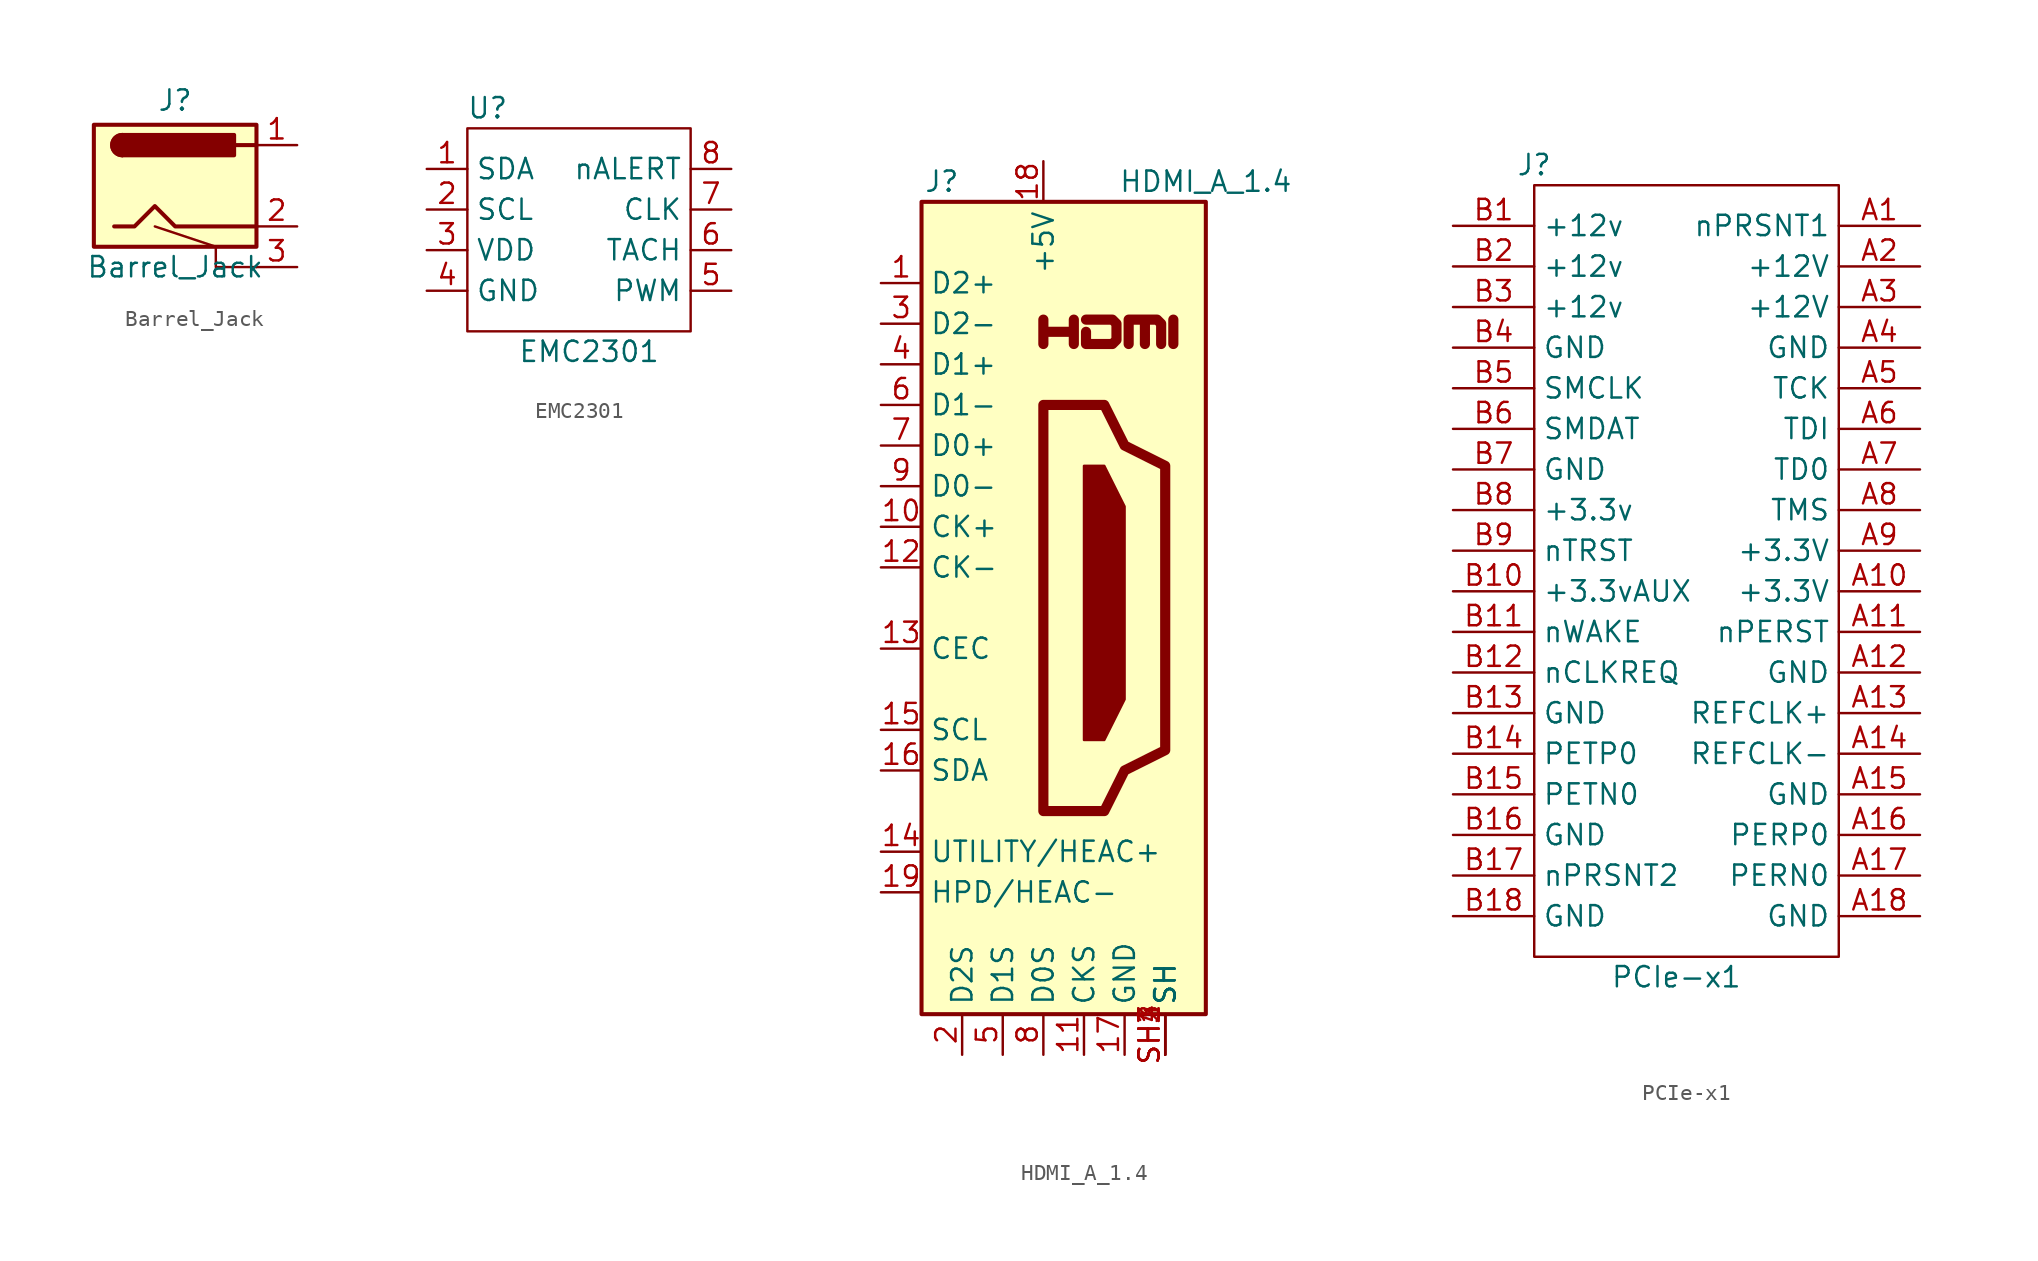
<source format=kicad_sym>
(kicad_symbol_lib
  (version 20210619)
  (generator kicad_symbol_editor)
  (symbol "CM4IO:Barrel_Jack"
    (property "Reference" "J"
      (at 0 5.334 0)
      (effects (font (size 1.27 1.27))))
    (property "Value" "Barrel_Jack"
      (at 0 -5.08 0)
      (effects (font (size 1.27 1.27))))
    (symbol "Barrel_Jack_0_1"
      (arc (start -3.302 3.175) (end -3.302 1.905) (radius (at -3.302 2.54) (length 0.635) (angles 90.1 -90.1)) (stroke (width 0.254)) (fill (type none)))
      (arc (start -3.302 3.175) (end -3.302 1.905) (radius (at -3.302 2.54) (length 0.635) (angles 90.1 -90.1)) (stroke (width 0.254)) (fill (type outline)))
      (rectangle (start 3.683 3.175) (end -3.302 1.905) (stroke (width 0.254)) (fill (type outline)))
      (rectangle (start -5.08 3.81) (end 5.08 -3.81) (stroke (width 0.254)) (fill (type background)))
      (polyline (pts (xy 5.08 2.54) (xy 3.81 2.54)) (stroke (width 0.254)) (fill (type none)))
      (polyline (pts (xy 5.08 -5.08) (xy 2.54 -5.08) (xy 2.54 -3.81) (xy -1.27 -2.54)) (stroke (width 0)) (fill (type none)))
      (polyline (pts (xy -3.81 -2.54) (xy -2.54 -2.54) (xy -1.27 -1.27) (xy 0 -2.54) (xy 2.54 -2.54) (xy 5.08 -2.54)) (stroke (width 0.254)) (fill (type none))))
    (symbol "Barrel_Jack_1_1"
      (pin passive line (at 7.62 2.54 180) (length 2.54) (name "~" (effects (font (size 1.27 1.27)))) (number "1" (effects (font (size 1.27 1.27)))))
      (pin passive line (at 7.62 -2.54 180) (length 2.54) (name "~" (effects (font (size 1.27 1.27)))) (number "2" (effects (font (size 1.27 1.27)))))
      (pin passive line (at 7.62 -5.08 180) (length 2.54) (name "~" (effects (font (size 1.27 1.27)))) (number "3" (effects (font (size 1.27 1.27)))))))
  (symbol "CM4IO:EMC2301"
    (property "Reference" "U"
      (at -7.62 13.97 0)
      (effects (font (size 1.27 1.27))))
    (property "Value" "EMC2301"
      (at -1.27 -1.27 0)
      (effects (font (size 1.27 1.27))))
    (symbol "EMC2301_0_0"
      (pin open_collector line (at -11.43 10.16 0) (length 2.54) (name "SDA" (effects (font (size 1.27 1.27)))) (number "1" (effects (font (size 1.27 1.27)))))
      (pin open_collector line (at -11.43 7.62 0) (length 2.54) (name "SCL" (effects (font (size 1.27 1.27)))) (number "2" (effects (font (size 1.27 1.27)))))
      (pin power_in line (at -11.43 5.08 0) (length 2.54) (name "VDD" (effects (font (size 1.27 1.27)))) (number "3" (effects (font (size 1.27 1.27)))))
      (pin power_in line (at -11.43 2.54 0) (length 2.54) (name "GND" (effects (font (size 1.27 1.27)))) (number "4" (effects (font (size 1.27 1.27)))))
      (pin output line (at 7.62 2.54 180) (length 2.54) (name "PWM" (effects (font (size 1.27 1.27)))) (number "5" (effects (font (size 1.27 1.27)))))
      (pin input line (at 7.62 5.08 180) (length 2.54) (name "TACH" (effects (font (size 1.27 1.27)))) (number "6" (effects (font (size 1.27 1.27)))))
      (pin input line (at 7.62 7.62 180) (length 2.54) (name "CLK" (effects (font (size 1.27 1.27)))) (number "7" (effects (font (size 1.27 1.27)))))
      (pin open_collector line (at 7.62 10.16 180) (length 2.54) (name "nALERT" (effects (font (size 1.27 1.27)))) (number "8" (effects (font (size 1.27 1.27))))))
    (symbol "EMC2301_0_1"
      (rectangle (start -8.89 12.7) (end 5.08 0) (stroke (width 0)) (fill (type none)))))
  (symbol "CM4IO:HDMI_A_1.4"
    (property "Reference" "J"
      (at -6.35 26.67 0)
      (effects (font (size 1.27 1.27))))
    (property "Value" "HDMI_A_1.4"
      (at 10.16 26.67 0)
      (effects (font (size 1.27 1.27))))
    (symbol "HDMI_A_1.4_0_0"
      (polyline (pts (xy 8.128 16.51) (xy 8.128 18.034)) (stroke (width 0.635)) (fill (type none)))
      (polyline (pts (xy 0 16.51) (xy 0 18.034) (xy 0 17.272) (xy 1.905 17.272) (xy 1.905 18.034) (xy 1.905 16.51)) (stroke (width 0.635)) (fill (type none)))
      (polyline (pts (xy 2.667 18.034) (xy 4.318 18.034) (xy 4.572 17.78) (xy 4.572 16.764) (xy 4.318 16.51) (xy 2.667 16.51) (xy 2.667 17.272)) (stroke (width 0.635)) (fill (type none)))
      (pin passive line (at 7.62 -27.94 90) (length 2.54) (name "SH" (effects (font (size 1.27 1.27)))) (number "SH2" (effects (font (size 1.27 1.27)))))
      (pin passive line (at 7.62 -27.94 90) (length 2.54) (name "SH" (effects (font (size 1.27 1.27)))) (number "SH3" (effects (font (size 1.27 1.27)))))
      (pin passive line (at 7.62 -27.94 90) (length 2.54) (name "SH" (effects (font (size 1.27 1.27)))) (number "SH4" (effects (font (size 1.27 1.27))))))
    (symbol "HDMI_A_1.4_0_1"
      (rectangle (start -7.62 25.4) (end 10.16 -25.4) (stroke (width 0.254)) (fill (type background)))
      (polyline (pts (xy 5.334 16.51) (xy 5.334 18.034) (xy 6.35 18.034) (xy 6.35 16.51) (xy 6.35 18.034) (xy 7.112 18.034) (xy 7.366 17.78) (xy 7.366 16.51)) (stroke (width 0.635)) (fill (type none)))
      (polyline (pts (xy 0 12.7) (xy 0 -12.7) (xy 3.81 -12.7) (xy 5.08 -10.16) (xy 7.62 -8.89) (xy 7.62 8.89) (xy 5.08 10.16) (xy 3.81 12.7) (xy 0 12.7)) (stroke (width 0.635)) (fill (type none)))
      (polyline (pts (xy 2.54 8.89) (xy 3.81 8.89) (xy 5.08 6.35) (xy 5.08 -5.715) (xy 3.81 -8.255) (xy 2.54 -8.255) (xy 2.54 8.89)) (stroke (width 0)) (fill (type outline))))
    (symbol "HDMI_A_1.4_1_1"
      (pin passive line (at -10.16 20.32 0) (length 2.54) (name "D2+" (effects (font (size 1.27 1.27)))) (number "1" (effects (font (size 1.27 1.27)))))
      (pin passive line (at -10.16 5.08 0) (length 2.54) (name "CK+" (effects (font (size 1.27 1.27)))) (number "10" (effects (font (size 1.27 1.27)))))
      (pin power_in line (at 2.54 -27.94 90) (length 2.54) (name "CKS" (effects (font (size 1.27 1.27)))) (number "11" (effects (font (size 1.27 1.27)))))
      (pin passive line (at -10.16 2.54 0) (length 2.54) (name "CK-" (effects (font (size 1.27 1.27)))) (number "12" (effects (font (size 1.27 1.27)))))
      (pin bidirectional line (at -10.16 -2.54 0) (length 2.54) (name "CEC" (effects (font (size 1.27 1.27)))) (number "13" (effects (font (size 1.27 1.27)))))
      (pin passive line (at -10.16 -15.24 0) (length 2.54) (name "UTILITY/HEAC+" (effects (font (size 1.27 1.27)))) (number "14" (effects (font (size 1.27 1.27)))))
      (pin passive line (at -10.16 -7.62 0) (length 2.54) (name "SCL" (effects (font (size 1.27 1.27)))) (number "15" (effects (font (size 1.27 1.27)))))
      (pin bidirectional line (at -10.16 -10.16 0) (length 2.54) (name "SDA" (effects (font (size 1.27 1.27)))) (number "16" (effects (font (size 1.27 1.27)))))
      (pin power_in line (at 5.08 -27.94 90) (length 2.54) (name "GND" (effects (font (size 1.27 1.27)))) (number "17" (effects (font (size 1.27 1.27)))))
      (pin power_in line (at 0 27.94 270) (length 2.54) (name "+5V" (effects (font (size 1.27 1.27)))) (number "18" (effects (font (size 1.27 1.27)))))
      (pin passive line (at -10.16 -17.78 0) (length 2.54) (name "HPD/HEAC-" (effects (font (size 1.27 1.27)))) (number "19" (effects (font (size 1.27 1.27)))))
      (pin power_in line (at -5.08 -27.94 90) (length 2.54) (name "D2S" (effects (font (size 1.27 1.27)))) (number "2" (effects (font (size 1.27 1.27)))))
      (pin passive line (at -10.16 17.78 0) (length 2.54) (name "D2-" (effects (font (size 1.27 1.27)))) (number "3" (effects (font (size 1.27 1.27)))))
      (pin passive line (at -10.16 15.24 0) (length 2.54) (name "D1+" (effects (font (size 1.27 1.27)))) (number "4" (effects (font (size 1.27 1.27)))))
      (pin power_in line (at -2.54 -27.94 90) (length 2.54) (name "D1S" (effects (font (size 1.27 1.27)))) (number "5" (effects (font (size 1.27 1.27)))))
      (pin passive line (at -10.16 12.7 0) (length 2.54) (name "D1-" (effects (font (size 1.27 1.27)))) (number "6" (effects (font (size 1.27 1.27)))))
      (pin passive line (at -10.16 10.16 0) (length 2.54) (name "D0+" (effects (font (size 1.27 1.27)))) (number "7" (effects (font (size 1.27 1.27)))))
      (pin power_in line (at 0 -27.94 90) (length 2.54) (name "D0S" (effects (font (size 1.27 1.27)))) (number "8" (effects (font (size 1.27 1.27)))))
      (pin passive line (at -10.16 7.62 0) (length 2.54) (name "D0-" (effects (font (size 1.27 1.27)))) (number "9" (effects (font (size 1.27 1.27)))))
      (pin passive line (at 7.62 -27.94 90) (length 2.54) (name "SH" (effects (font (size 1.27 1.27)))) (number "SH1" (effects (font (size 1.27 1.27)))))))
  (symbol "CM4IO:PCIe-x1"
    (property "Reference" "J"
      (at -13.97 36.83 0)
      (effects (font (size 1.27 1.27))))
    (property "Value" "PCIe-x1"
      (at -5.08 -13.97 0)
      (effects (font (size 1.27 1.27))))
    (symbol "PCIe-x1_0_0"
      (pin passive line (at 10.16 33.02 180) (length 5.08) (name "nPRSNT1" (effects (font (size 1.27 1.27)))) (number "A1" (effects (font (size 1.27 1.27)))))
      (pin power_in line (at 10.16 10.16 180) (length 5.08) (name "+3.3V" (effects (font (size 1.27 1.27)))) (number "A10" (effects (font (size 1.27 1.27)))))
      (pin input line (at 10.16 7.62 180) (length 5.08) (name "nPERST" (effects (font (size 1.27 1.27)))) (number "A11" (effects (font (size 1.27 1.27)))))
      (pin power_in line (at 10.16 5.08 180) (length 5.08) (name "GND" (effects (font (size 1.27 1.27)))) (number "A12" (effects (font (size 1.27 1.27)))))
      (pin input line (at 10.16 2.54 180) (length 5.08) (name "REFCLK+" (effects (font (size 1.27 1.27)))) (number "A13" (effects (font (size 1.27 1.27)))))
      (pin input line (at 10.16 0 180) (length 5.08) (name "REFCLK-" (effects (font (size 1.27 1.27)))) (number "A14" (effects (font (size 1.27 1.27)))))
      (pin power_in line (at 10.16 -2.54 180) (length 5.08) (name "GND" (effects (font (size 1.27 1.27)))) (number "A15" (effects (font (size 1.27 1.27)))))
      (pin output line (at 10.16 -5.08 180) (length 5.08) (name "PERP0" (effects (font (size 1.27 1.27)))) (number "A16" (effects (font (size 1.27 1.27)))))
      (pin output line (at 10.16 -7.62 180) (length 5.08) (name "PERN0" (effects (font (size 1.27 1.27)))) (number "A17" (effects (font (size 1.27 1.27)))))
      (pin power_in line (at 10.16 -10.16 180) (length 5.08) (name "GND" (effects (font (size 1.27 1.27)))) (number "A18" (effects (font (size 1.27 1.27)))))
      (pin power_in line (at 10.16 30.48 180) (length 5.08) (name "+12V" (effects (font (size 1.27 1.27)))) (number "A2" (effects (font (size 1.27 1.27)))))
      (pin power_in line (at 10.16 27.94 180) (length 5.08) (name "+12V" (effects (font (size 1.27 1.27)))) (number "A3" (effects (font (size 1.27 1.27)))))
      (pin power_in line (at 10.16 25.4 180) (length 5.08) (name "GND" (effects (font (size 1.27 1.27)))) (number "A4" (effects (font (size 1.27 1.27)))))
      (pin input line (at 10.16 22.86 180) (length 5.08) (name "TCK" (effects (font (size 1.27 1.27)))) (number "A5" (effects (font (size 1.27 1.27)))))
      (pin input line (at 10.16 20.32 180) (length 5.08) (name "TDI" (effects (font (size 1.27 1.27)))) (number "A6" (effects (font (size 1.27 1.27)))))
      (pin output line (at 10.16 17.78 180) (length 5.08) (name "TD0" (effects (font (size 1.27 1.27)))) (number "A7" (effects (font (size 1.27 1.27)))))
      (pin input line (at 10.16 15.24 180) (length 5.08) (name "TMS" (effects (font (size 1.27 1.27)))) (number "A8" (effects (font (size 1.27 1.27)))))
      (pin power_in line (at 10.16 12.7 180) (length 5.08) (name "+3.3V" (effects (font (size 1.27 1.27)))) (number "A9" (effects (font (size 1.27 1.27)))))
      (pin power_in line (at -19.05 33.02 0) (length 5.08) (name "+12v" (effects (font (size 1.27 1.27)))) (number "B1" (effects (font (size 1.27 1.27)))))
      (pin power_in line (at -19.05 10.16 0) (length 5.08) (name "+3.3vAUX" (effects (font (size 1.27 1.27)))) (number "B10" (effects (font (size 1.27 1.27)))))
      (pin open_collector line (at -19.05 7.62 0) (length 5.08) (name "nWAKE" (effects (font (size 1.27 1.27)))) (number "B11" (effects (font (size 1.27 1.27)))))
      (pin open_collector line (at -19.05 5.08 0) (length 5.08) (name "nCLKREQ" (effects (font (size 1.27 1.27)))) (number "B12" (effects (font (size 1.27 1.27)))))
      (pin power_in line (at -19.05 2.54 0) (length 5.08) (name "GND" (effects (font (size 1.27 1.27)))) (number "B13" (effects (font (size 1.27 1.27)))))
      (pin input line (at -19.05 0 0) (length 5.08) (name "PETP0" (effects (font (size 1.27 1.27)))) (number "B14" (effects (font (size 1.27 1.27)))))
      (pin input line (at -19.05 -2.54 0) (length 5.08) (name "PETN0" (effects (font (size 1.27 1.27)))) (number "B15" (effects (font (size 1.27 1.27)))))
      (pin power_in line (at -19.05 -5.08 0) (length 5.08) (name "GND" (effects (font (size 1.27 1.27)))) (number "B16" (effects (font (size 1.27 1.27)))))
      (pin passive line (at -19.05 -7.62 0) (length 5.08) (name "nPRSNT2" (effects (font (size 1.27 1.27)))) (number "B17" (effects (font (size 1.27 1.27)))))
      (pin power_in line (at -19.05 -10.16 0) (length 5.08) (name "GND" (effects (font (size 1.27 1.27)))) (number "B18" (effects (font (size 1.27 1.27)))))
      (pin power_in line (at -19.05 30.48 0) (length 5.08) (name "+12v" (effects (font (size 1.27 1.27)))) (number "B2" (effects (font (size 1.27 1.27)))))
      (pin power_in line (at -19.05 27.94 0) (length 5.08) (name "+12v" (effects (font (size 1.27 1.27)))) (number "B3" (effects (font (size 1.27 1.27)))))
      (pin power_in line (at -19.05 25.4 0) (length 5.08) (name "GND" (effects (font (size 1.27 1.27)))) (number "B4" (effects (font (size 1.27 1.27)))))
      (pin passive line (at -19.05 22.86 0) (length 5.08) (name "SMCLK" (effects (font (size 1.27 1.27)))) (number "B5" (effects (font (size 1.27 1.27)))))
      (pin passive line (at -19.05 20.32 0) (length 5.08) (name "SMDAT" (effects (font (size 1.27 1.27)))) (number "B6" (effects (font (size 1.27 1.27)))))
      (pin power_in line (at -19.05 17.78 0) (length 5.08) (name "GND" (effects (font (size 1.27 1.27)))) (number "B7" (effects (font (size 1.27 1.27)))))
      (pin power_in line (at -19.05 15.24 0) (length 5.08) (name "+3.3v" (effects (font (size 1.27 1.27)))) (number "B8" (effects (font (size 1.27 1.27)))))
      (pin input line (at -19.05 12.7 0) (length 5.08) (name "nTRST" (effects (font (size 1.27 1.27)))) (number "B9" (effects (font (size 1.27 1.27))))))
    (symbol "PCIe-x1_0_1"
      (rectangle (start -13.97 35.56) (end 5.08 -12.7) (stroke (width 0)) (fill (type none))))))
</source>
